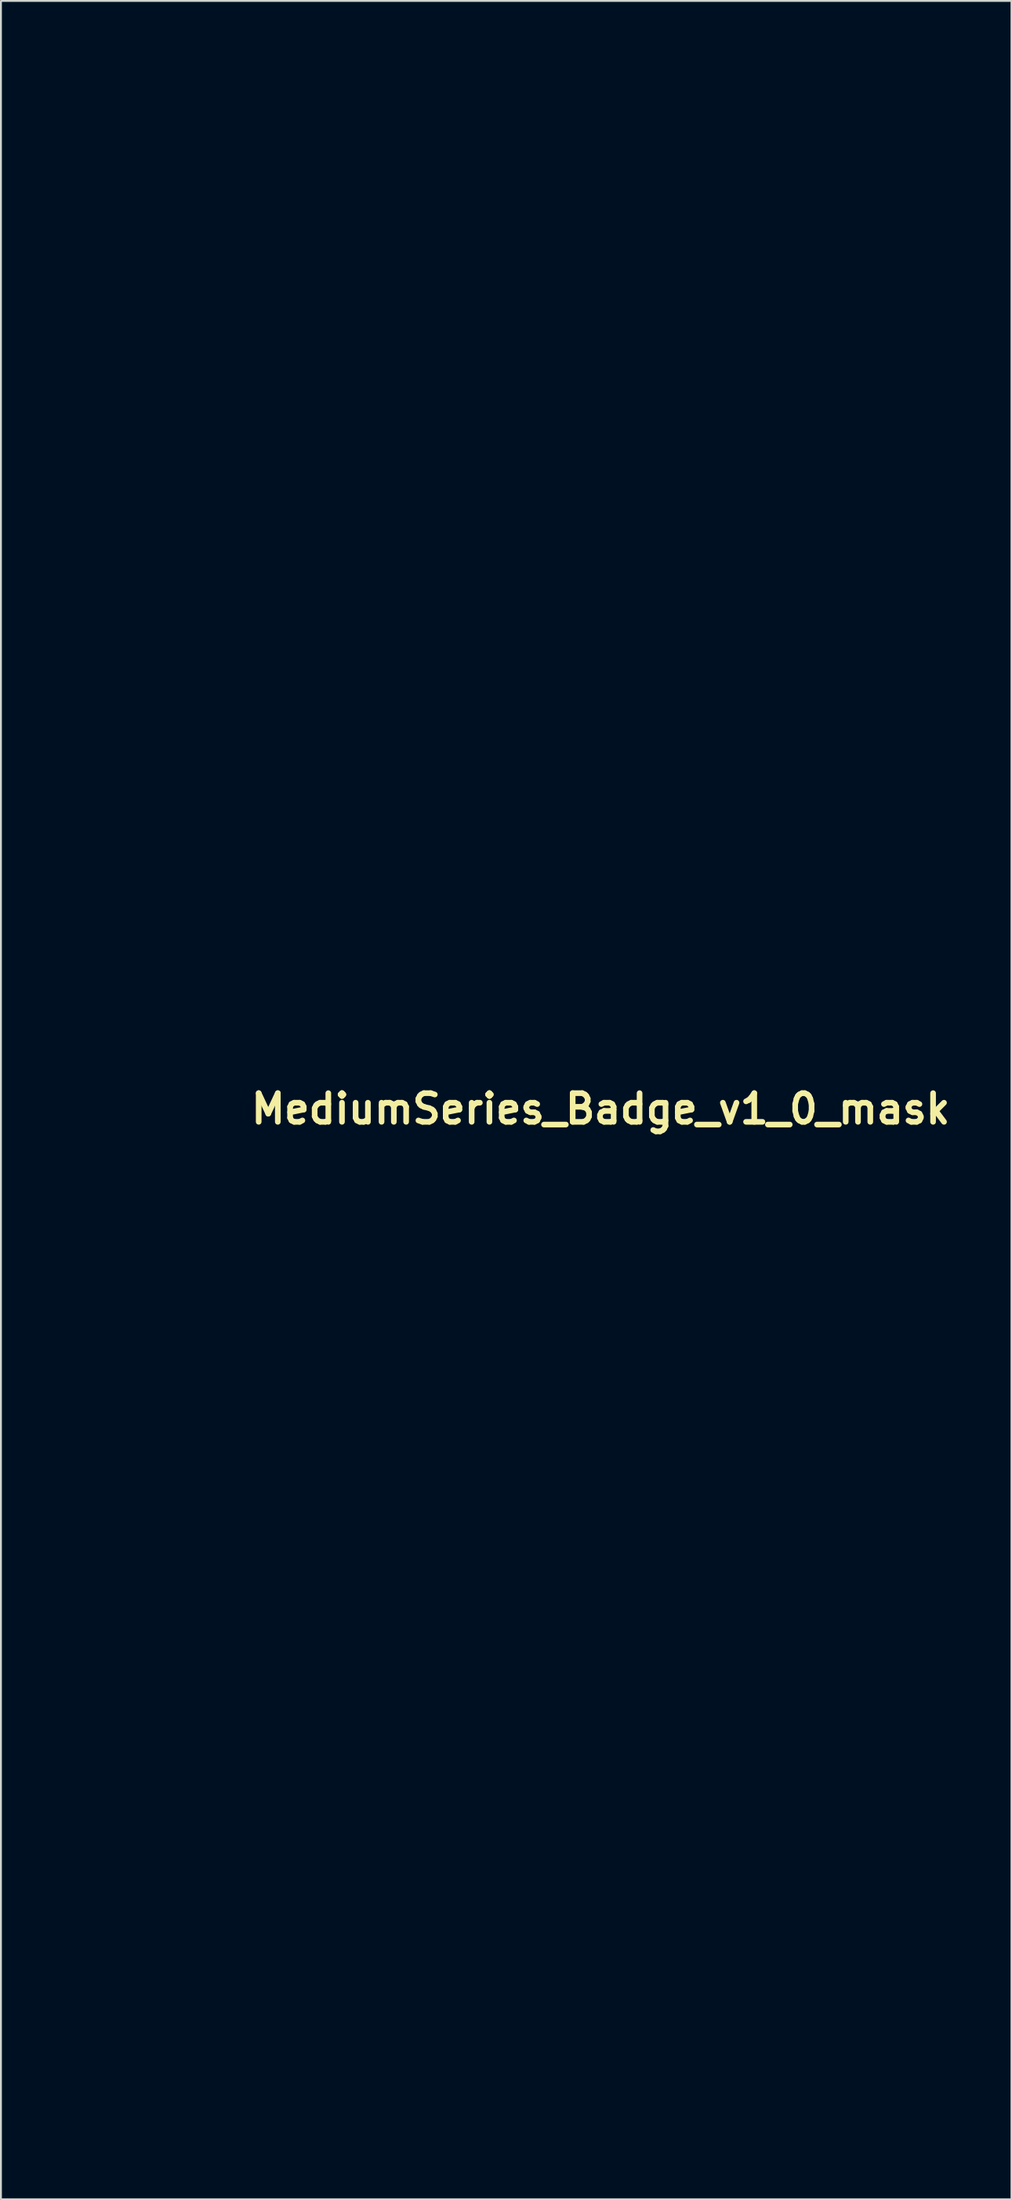
<source format=kicad_pcb>
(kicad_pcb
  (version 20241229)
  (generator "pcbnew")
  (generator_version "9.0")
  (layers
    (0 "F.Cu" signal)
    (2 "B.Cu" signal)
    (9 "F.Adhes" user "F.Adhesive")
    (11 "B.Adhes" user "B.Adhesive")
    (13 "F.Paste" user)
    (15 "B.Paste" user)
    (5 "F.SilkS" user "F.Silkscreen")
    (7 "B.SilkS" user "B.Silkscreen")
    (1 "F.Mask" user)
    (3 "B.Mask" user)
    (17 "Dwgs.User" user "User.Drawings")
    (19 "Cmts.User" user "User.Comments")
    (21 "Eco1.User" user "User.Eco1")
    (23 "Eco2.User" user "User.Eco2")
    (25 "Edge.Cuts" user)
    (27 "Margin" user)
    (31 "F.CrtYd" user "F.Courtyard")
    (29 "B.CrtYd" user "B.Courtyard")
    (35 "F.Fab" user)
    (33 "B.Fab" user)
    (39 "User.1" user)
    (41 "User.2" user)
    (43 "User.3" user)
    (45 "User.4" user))
  (footprint "MediumSeries_Badge_v1_0_mask"
    (layer "F.Cu")
    (at 28.881 55.885)
    (property "Reference" "MediumSeries_Badge_v1_0_mask" (at 0 0 0) (layer "F.SilkS") (effects (font (size 1.524 1.524) (thickness 0.3))))
    (attr through_hole)
    (fp_poly (pts (xy 3.879 -54.439) (xy 4.146 -54.429) (xy 4.303 -54.407) (xy 4.378 -54.367) (xy 4.402 -54.303) (xy 4.403 -54.271) (xy 4.392 -54.197) (xy 4.34 -54.149) (xy 4.218 -54.12) (xy 3.997 -54.106) (xy 3.647 -54.102) (xy 3.471 -54.102) (xy 3.064 -54.104) (xy 2.796 -54.113) (xy 2.639 -54.136) (xy 2.564 -54.176) (xy 2.541 -54.239) (xy 2.54 -54.271) (xy 2.551 -54.345) (xy 2.602 -54.394) (xy 2.724 -54.423) (xy 2.946 -54.436) (xy 3.296 -54.44) (xy 3.471 -54.441) (xy 3.879 -54.439)) (stroke (width 0.01) (type solid)) (fill yes) (layer "F.Mask"))
    (fp_poly (pts (xy -11.969 -55.877) (xy -11.755 -55.862) (xy -11.645 -55.828) (xy -11.604 -55.767) (xy -11.599 -55.711) (xy -11.639 -55.587) (xy -11.788 -55.543) (xy -11.853 -55.541) (xy -12.107 -55.541) (xy -12.107 -54.695) (xy -12.11 -54.309) (xy -12.121 -54.063) (xy -12.147 -53.924) (xy -12.194 -53.863) (xy -12.268 -53.848) (xy -12.277 -53.848) (xy -12.354 -53.86) (xy -12.403 -53.915) (xy -12.431 -54.045) (xy -12.443 -54.279) (xy -12.446 -54.649) (xy -12.446 -54.695) (xy -12.446 -55.541) (xy -12.742 -55.541) (xy -12.947 -55.56) (xy -13.029 -55.634) (xy -13.039 -55.711) (xy -13.025 -55.793) (xy -12.963 -55.843) (xy -12.819 -55.869) (xy -12.56 -55.879) (xy -12.319 -55.88) (xy -11.969 -55.877)) (stroke (width 0.01) (type solid)) (fill yes) (layer "F.Mask"))
    (fp_poly (pts (xy -27.701 4.928) (xy -27.686 4.928) (xy -26.882 4.953) (xy -26.855 5.415) (xy -26.869 5.832) (xy -26.973 6.123) (xy -27.175 6.311) (xy -27.234 6.341) (xy -27.519 6.412) (xy -27.878 6.426) (xy -28.227 6.385) (xy -28.46 6.306) (xy -28.68 6.095) (xy -28.822 5.757) (xy -28.87 5.334) (xy -28.448 5.334) (xy -28.448 5.583) (xy -28.373 5.84) (xy -28.167 6.018) (xy -27.86 6.095) (xy -27.813 6.096) (xy -27.558 6.052) (xy -27.366 5.964) (xy -27.206 5.755) (xy -27.178 5.583) (xy -27.178 5.334) (xy -28.448 5.334) (xy -28.87 5.334) (xy -28.871 5.323) (xy -28.86 5.152) (xy -28.81 5.035) (xy -28.695 4.963) (xy -28.489 4.926) (xy -28.167 4.918) (xy -27.701 4.928)) (stroke (width 0.01) (type solid)) (fill yes) (layer "F.Mask"))
    (fp_poly (pts (xy 0.229 -52.325) (xy 0.357 -52.095) (xy 0.503 -51.71) (xy 0.539 -51.602) (xy 0.781 -50.858) (xy 1.03 -51.633) (xy 1.155 -52.005) (xy 1.253 -52.24) (xy 1.338 -52.365) (xy 1.425 -52.408) (xy 1.443 -52.409) (xy 1.531 -52.4) (xy 1.581 -52.36) (xy 1.59 -52.262) (xy 1.555 -52.083) (xy 1.472 -51.799) (xy 1.339 -51.386) (xy 1.294 -51.248) (xy 1.156 -50.839) (xy 1.053 -50.565) (xy 0.97 -50.401) (xy 0.893 -50.319) (xy 0.809 -50.293) (xy 0.783 -50.292) (xy 0.607 -50.348) (xy 0.532 -50.437) (xy 0.409 -50.779) (xy 0.287 -51.157) (xy 0.174 -51.537) (xy 0.082 -51.882) (xy 0.02 -52.156) (xy -0.003 -52.324) (xy 0.003 -52.356) (xy 0.114 -52.409) (xy 0.229 -52.325)) (stroke (width 0.01) (type solid)) (fill yes) (layer "F.Mask"))
    (fp_poly (pts (xy 0.329 -55) (xy 0.578 -54.783) (xy 0.644 -54.678) (xy 0.716 -54.557) (xy 0.806 -54.486) (xy 0.956 -54.452) (xy 1.21 -54.441) (xy 1.399 -54.441) (xy 1.723 -54.437) (xy 1.913 -54.418) (xy 2.004 -54.376) (xy 2.031 -54.301) (xy 2.032 -54.271) (xy 2.017 -54.185) (xy 1.949 -54.134) (xy 1.792 -54.11) (xy 1.512 -54.102) (xy 1.395 -54.102) (xy 1.068 -54.098) (xy 0.869 -54.078) (xy 0.756 -54.03) (xy 0.687 -53.942) (xy 0.659 -53.884) (xy 0.457 -53.628) (xy 0.162 -53.476) (xy -0.175 -53.444) (xy -0.499 -53.543) (xy -0.766 -53.778) (xy -0.902 -54.093) (xy -0.896 -54.448) (xy -0.811 -54.682) (xy -0.594 -54.94) (xy -0.302 -55.079) (xy 0.021 -55.099) (xy 0.329 -55)) (stroke (width 0.01) (type solid)) (fill yes) (layer "F.Mask"))
    (fp_poly (pts (xy -26.89 3.598) (xy -26.85 3.745) (xy -26.839 4.022) (xy -26.851 4.302) (xy -26.891 4.447) (xy -26.966 4.487) (xy -27.079 4.42) (xy -27.093 4.36) (xy -27.124 4.297) (xy -27.236 4.258) (xy -27.458 4.239) (xy -27.813 4.233) (xy -28.173 4.239) (xy -28.393 4.258) (xy -28.503 4.298) (xy -28.533 4.36) (xy -28.603 4.464) (xy -28.702 4.487) (xy -28.8 4.467) (xy -28.851 4.38) (xy -28.87 4.185) (xy -28.871 4.022) (xy -28.864 3.753) (xy -28.832 3.612) (xy -28.761 3.561) (xy -28.702 3.556) (xy -28.564 3.609) (xy -28.533 3.683) (xy -28.502 3.746) (xy -28.39 3.785) (xy -28.168 3.805) (xy -27.813 3.81) (xy -27.453 3.805) (xy -27.233 3.785) (xy -27.123 3.746) (xy -27.093 3.683) (xy -27.026 3.571) (xy -26.966 3.556) (xy -26.89 3.598)) (stroke (width 0.01) (type solid)) (fill yes) (layer "F.Mask"))
    (fp_poly (pts (xy -26.89 6.73) (xy -26.85 6.877) (xy -26.839 7.154) (xy -26.851 7.435) (xy -26.891 7.58) (xy -26.966 7.62) (xy -27.079 7.552) (xy -27.093 7.493) (xy -27.124 7.43) (xy -27.236 7.391) (xy -27.458 7.371) (xy -27.813 7.366) (xy -28.173 7.371) (xy -28.393 7.391) (xy -28.503 7.43) (xy -28.533 7.493) (xy -28.603 7.596) (xy -28.702 7.62) (xy -28.8 7.6) (xy -28.851 7.512) (xy -28.87 7.318) (xy -28.871 7.154) (xy -28.864 6.885) (xy -28.832 6.745) (xy -28.761 6.694) (xy -28.702 6.689) (xy -28.564 6.742) (xy -28.533 6.816) (xy -28.502 6.879) (xy -28.39 6.918) (xy -28.168 6.937) (xy -27.813 6.943) (xy -27.453 6.937) (xy -27.233 6.918) (xy -27.123 6.878) (xy -27.093 6.816) (xy -27.026 6.703) (xy -26.966 6.689) (xy -26.89 6.73)) (stroke (width 0.01) (type solid)) (fill yes) (layer "F.Mask"))
    (fp_poly (pts (xy -26.89 8.678) (xy -26.85 8.825) (xy -26.839 9.102) (xy -26.851 9.382) (xy -26.891 9.527) (xy -26.966 9.567) (xy -27.079 9.5) (xy -27.093 9.44) (xy -27.124 9.377) (xy -27.236 9.338) (xy -27.458 9.319) (xy -27.813 9.313) (xy -28.173 9.319) (xy -28.393 9.338) (xy -28.503 9.378) (xy -28.533 9.44) (xy -28.603 9.544) (xy -28.702 9.567) (xy -28.8 9.547) (xy -28.851 9.46) (xy -28.87 9.265) (xy -28.871 9.102) (xy -28.864 8.833) (xy -28.832 8.692) (xy -28.761 8.641) (xy -28.702 8.636) (xy -28.564 8.689) (xy -28.533 8.763) (xy -28.502 8.826) (xy -28.39 8.865) (xy -28.168 8.885) (xy -27.813 8.89) (xy -27.453 8.885) (xy -27.233 8.865) (xy -27.123 8.826) (xy -27.093 8.763) (xy -27.026 8.651) (xy -26.966 8.636) (xy -26.89 8.678)) (stroke (width 0.01) (type solid)) (fill yes) (layer "F.Mask"))
    (fp_poly (pts (xy -26.857 -10.148) (xy -26.85 -9.865) (xy -26.881 -9.692) (xy -26.968 -9.569) (xy -27.058 -9.492) (xy -27.358 -9.337) (xy -27.644 -9.35) (xy -27.902 -9.521) (xy -28.07 -9.782) (xy -28.109 -9.982) (xy -28.114 -10.037) (xy -27.771 -10.037) (xy -27.716 -9.845) (xy -27.625 -9.748) (xy -27.423 -9.713) (xy -27.256 -9.813) (xy -27.179 -10.011) (xy -27.178 -10.036) (xy -27.201 -10.177) (xy -27.302 -10.235) (xy -27.474 -10.245) (xy -27.675 -10.229) (xy -27.757 -10.157) (xy -27.771 -10.037) (xy -28.114 -10.037) (xy -28.123 -10.142) (xy -28.196 -10.22) (xy -28.376 -10.254) (xy -28.469 -10.261) (xy -28.701 -10.292) (xy -28.807 -10.357) (xy -28.829 -10.456) (xy -28.819 -10.529) (xy -28.769 -10.577) (xy -28.65 -10.606) (xy -28.435 -10.62) (xy -28.093 -10.625) (xy -27.855 -10.626) (xy -26.882 -10.626) (xy -26.857 -10.148)) (stroke (width 0.01) (type solid)) (fill yes) (layer "F.Mask"))
    (fp_poly (pts (xy -4.05 -55.258) (xy -3.993 -55.144) (xy -3.964 -54.904) (xy -3.963 -54.885) (xy -3.937 -54.483) (xy -3.577 -54.457) (xy -3.344 -54.425) (xy -3.238 -54.359) (xy -3.217 -54.266) (xy -3.244 -54.163) (xy -3.352 -54.115) (xy -3.584 -54.102) (xy -3.598 -54.102) (xy -3.979 -54.102) (xy -3.979 -53.721) (xy -3.99 -53.483) (xy -4.036 -53.37) (xy -4.137 -53.34) (xy -4.149 -53.34) (xy -4.254 -53.365) (xy -4.305 -53.468) (xy -4.318 -53.694) (xy -4.318 -53.721) (xy -4.318 -54.102) (xy -4.699 -54.102) (xy -4.937 -54.113) (xy -5.05 -54.159) (xy -5.08 -54.259) (xy -5.08 -54.271) (xy -5.055 -54.377) (xy -4.952 -54.427) (xy -4.726 -54.441) (xy -4.699 -54.441) (xy -4.318 -54.441) (xy -4.318 -54.864) (xy -4.309 -55.119) (xy -4.27 -55.245) (xy -4.187 -55.286) (xy -4.153 -55.287) (xy -4.05 -55.258)) (stroke (width 0.01) (type solid)) (fill yes) (layer "F.Mask"))
    (fp_poly (pts (xy 13.858 -55.873) (xy 13.998 -55.841) (xy 14.05 -55.77) (xy 14.055 -55.711) (xy 14.002 -55.573) (xy 13.928 -55.541) (xy 13.863 -55.509) (xy 13.823 -55.394) (xy 13.805 -55.164) (xy 13.801 -54.864) (xy 13.807 -54.516) (xy 13.828 -54.308) (xy 13.871 -54.208) (xy 13.928 -54.187) (xy 14.031 -54.116) (xy 14.055 -54.017) (xy 14.034 -53.919) (xy 13.947 -53.868) (xy 13.752 -53.85) (xy 13.589 -53.848) (xy 13.32 -53.855) (xy 13.18 -53.887) (xy 13.128 -53.958) (xy 13.123 -54.017) (xy 13.176 -54.155) (xy 13.25 -54.187) (xy 13.315 -54.219) (xy 13.355 -54.334) (xy 13.373 -54.564) (xy 13.377 -54.864) (xy 13.371 -55.212) (xy 13.35 -55.42) (xy 13.307 -55.52) (xy 13.25 -55.541) (xy 13.147 -55.612) (xy 13.123 -55.711) (xy 13.144 -55.809) (xy 13.231 -55.86) (xy 13.426 -55.878) (xy 13.589 -55.88) (xy 13.858 -55.873)) (stroke (width 0.01) (type solid)) (fill yes) (layer "F.Mask"))
    (fp_poly (pts (xy -26.84 10.136) (xy -26.859 10.261) (xy -26.933 10.375) (xy -27.091 10.503) (xy -27.36 10.672) (xy -27.496 10.753) (xy -28.152 11.134) (xy -27.495 11.158) (xy -27.163 11.175) (xy -26.966 11.201) (xy -26.87 11.247) (xy -26.84 11.321) (xy -26.839 11.349) (xy -26.851 11.421) (xy -26.903 11.468) (xy -27.027 11.496) (xy -27.249 11.51) (xy -27.6 11.514) (xy -27.799 11.515) (xy -28.186 11.51) (xy -28.509 11.497) (xy -28.731 11.478) (xy -28.815 11.458) (xy -28.876 11.327) (xy -28.805 11.173) (xy -28.594 10.985) (xy -28.233 10.751) (xy -28.231 10.75) (xy -27.591 10.372) (xy -28.21 10.329) (xy -28.531 10.302) (xy -28.718 10.268) (xy -28.805 10.215) (xy -28.829 10.13) (xy -28.829 10.118) (xy -28.818 10.045) (xy -28.766 9.996) (xy -28.645 9.964) (xy -28.426 9.944) (xy -28.082 9.931) (xy -27.834 9.924) (xy -26.839 9.901) (xy -26.84 10.136)) (stroke (width 0.01) (type solid)) (fill yes) (layer "F.Mask"))
    (fp_poly (pts (xy 15.906 -55.869) (xy 15.953 -55.818) (xy 15.982 -55.7) (xy 15.996 -55.485) (xy 16.001 -55.145) (xy 16.002 -54.864) (xy 16.002 -53.848) (xy 15.793 -53.848) (xy 15.675 -53.874) (xy 15.555 -53.97) (xy 15.411 -54.162) (xy 15.218 -54.477) (xy 15.202 -54.504) (xy 14.82 -55.16) (xy 14.818 -54.504) (xy 14.814 -54.173) (xy 14.796 -53.977) (xy 14.756 -53.881) (xy 14.685 -53.85) (xy 14.645 -53.848) (xy 14.485 -53.896) (xy 14.43 -53.96) (xy 14.414 -54.087) (xy 14.406 -54.342) (xy 14.406 -54.685) (xy 14.411 -54.954) (xy 14.424 -55.35) (xy 14.442 -55.607) (xy 14.472 -55.757) (xy 14.52 -55.831) (xy 14.595 -55.86) (xy 14.619 -55.864) (xy 14.723 -55.85) (xy 14.836 -55.762) (xy 14.979 -55.576) (xy 15.174 -55.267) (xy 15.211 -55.205) (xy 15.621 -54.521) (xy 15.646 -55.2) (xy 15.662 -55.539) (xy 15.687 -55.743) (xy 15.73 -55.845) (xy 15.8 -55.878) (xy 15.836 -55.88) (xy 15.906 -55.869)) (stroke (width 0.01) (type solid)) (fill yes) (layer "F.Mask"))
    (fp_poly (pts (xy -15.675 -55.816) (xy -15.431 -55.634) (xy -15.288 -55.324) (xy -15.24 -54.877) (xy -15.24 -54.865) (xy -15.293 -54.404) (xy -15.452 -54.073) (xy -15.715 -53.874) (xy -15.758 -53.857) (xy -15.942 -53.795) (xy -16.034 -53.767) (xy -16.036 -53.767) (xy -16.11 -53.799) (xy -16.282 -53.873) (xy -16.313 -53.887) (xy -16.533 -54.017) (xy -16.671 -54.199) (xy -16.742 -54.47) (xy -16.764 -54.864) (xy -16.425 -54.864) (xy -16.391 -54.506) (xy -16.283 -54.288) (xy -16.089 -54.193) (xy -15.997 -54.187) (xy -15.788 -54.228) (xy -15.671 -54.378) (xy -15.661 -54.404) (xy -15.583 -54.75) (xy -15.603 -55.073) (xy -15.708 -55.337) (xy -15.884 -55.503) (xy -16.046 -55.541) (xy -16.255 -55.47) (xy -16.38 -55.253) (xy -16.425 -54.889) (xy -16.425 -54.864) (xy -16.764 -54.864) (xy -16.764 -54.868) (xy -16.764 -54.905) (xy -16.755 -55.226) (xy -16.718 -55.433) (xy -16.638 -55.581) (xy -16.556 -55.672) (xy -16.308 -55.837) (xy -16.027 -55.877) (xy -15.675 -55.816)) (stroke (width 0.01) (type solid)) (fill yes) (layer "F.Mask"))
    (fp_poly (pts (xy -13.469 -55.868) (xy -13.42 -55.812) (xy -13.392 -55.681) (xy -13.38 -55.444) (xy -13.377 -55.07) (xy -13.377 -55.048) (xy -13.381 -54.658) (xy -13.396 -54.399) (xy -13.431 -54.233) (xy -13.492 -54.119) (xy -13.568 -54.038) (xy -13.855 -53.857) (xy -14.163 -53.801) (xy -14.351 -53.842) (xy -14.576 -53.967) (xy -14.726 -54.141) (xy -14.813 -54.395) (xy -14.852 -54.764) (xy -14.858 -55.062) (xy -14.856 -55.428) (xy -14.844 -55.658) (xy -14.814 -55.785) (xy -14.758 -55.843) (xy -14.668 -55.865) (xy -14.578 -55.87) (xy -14.522 -55.832) (xy -14.492 -55.72) (xy -14.48 -55.503) (xy -14.478 -55.148) (xy -14.478 -55.141) (xy -14.467 -54.719) (xy -14.429 -54.439) (xy -14.352 -54.275) (xy -14.226 -54.2) (xy -14.097 -54.187) (xy -13.928 -54.213) (xy -13.816 -54.311) (xy -13.751 -54.505) (xy -13.721 -54.823) (xy -13.716 -55.135) (xy -13.713 -55.492) (xy -13.699 -55.713) (xy -13.667 -55.829) (xy -13.61 -55.874) (xy -13.547 -55.88) (xy -13.469 -55.868)) (stroke (width 0.01) (type solid)) (fill yes) (layer "F.Mask"))
    (fp_poly (pts (xy -0.678 -52.252) (xy -0.624 -52.209) (xy -0.49 -52.072) (xy -0.422 -51.922) (xy -0.403 -51.697) (xy -0.405 -51.533) (xy -0.436 -51.214) (xy -0.501 -50.924) (xy -0.549 -50.803) (xy -0.704 -50.596) (xy -0.912 -50.434) (xy -1.136 -50.328) (xy -1.337 -50.293) (xy -1.479 -50.341) (xy -1.524 -50.461) (xy -1.464 -50.603) (xy -1.359 -50.631) (xy -1.188 -50.684) (xy -0.985 -50.815) (xy -0.957 -50.838) (xy -0.72 -51.046) (xy -1.016 -51) (xy -1.351 -51.019) (xy -1.605 -51.176) (xy -1.752 -51.448) (xy -1.775 -51.63) (xy -1.429 -51.63) (xy -1.348 -51.457) (xy -1.304 -51.419) (xy -1.087 -51.316) (xy -0.912 -51.369) (xy -0.851 -51.43) (xy -0.776 -51.637) (xy -0.82 -51.864) (xy -0.953 -52.019) (xy -1.137 -52.06) (xy -1.297 -51.978) (xy -1.403 -51.82) (xy -1.429 -51.63) (xy -1.775 -51.63) (xy -1.778 -51.657) (xy -1.71 -51.998) (xy -1.531 -52.245) (xy -1.276 -52.381) (xy -0.98 -52.389) (xy -0.678 -52.252)) (stroke (width 0.01) (type solid)) (fill yes) (layer "F.Mask"))
    (fp_poly (pts (xy -27.944 -14.045) (xy -27.686 -14.037) (xy -26.882 -14.012) (xy -26.857 -13.441) (xy -26.848 -13.137) (xy -26.86 -12.966) (xy -26.904 -12.889) (xy -26.989 -12.87) (xy -27.005 -12.869) (xy -27.113 -12.893) (xy -27.164 -12.993) (xy -27.178 -13.214) (xy -27.178 -13.25) (xy -27.187 -13.485) (xy -27.23 -13.597) (xy -27.333 -13.63) (xy -27.39 -13.631) (xy -27.533 -13.609) (xy -27.591 -13.51) (xy -27.601 -13.335) (xy -27.62 -13.131) (xy -27.694 -13.048) (xy -27.771 -13.039) (xy -27.887 -13.072) (xy -27.934 -13.201) (xy -27.94 -13.335) (xy -27.954 -13.534) (xy -28.026 -13.616) (xy -28.194 -13.631) (xy -28.35 -13.62) (xy -28.424 -13.557) (xy -28.447 -13.394) (xy -28.448 -13.25) (xy -28.457 -13.015) (xy -28.5 -12.904) (xy -28.603 -12.871) (xy -28.66 -12.869) (xy -28.774 -12.879) (xy -28.837 -12.934) (xy -28.865 -13.071) (xy -28.871 -13.331) (xy -28.871 -13.418) (xy -28.867 -13.677) (xy -28.838 -13.856) (xy -28.757 -13.969) (xy -28.599 -14.029) (xy -28.336 -14.049) (xy -27.944 -14.045)) (stroke (width 0.01) (type solid)) (fill yes) (layer "F.Mask"))
    (fp_poly (pts (xy -26.839 -12.407) (xy -26.903 -12.207) (xy -27.109 -12.019) (xy -27.135 -12.002) (xy -27.318 -11.873) (xy -27.422 -11.778) (xy -27.431 -11.761) (xy -27.364 -11.693) (xy -27.198 -11.586) (xy -27.136 -11.551) (xy -26.911 -11.384) (xy -26.839 -11.2) (xy -26.839 -11.199) (xy -26.852 -11.066) (xy -26.911 -11.022) (xy -27.043 -11.07) (xy -27.276 -11.214) (xy -27.347 -11.261) (xy -27.576 -11.403) (xy -27.754 -11.495) (xy -27.818 -11.514) (xy -27.934 -11.472) (xy -28.139 -11.363) (xy -28.307 -11.261) (xy -28.59 -11.092) (xy -28.761 -11.021) (xy -28.847 -11.044) (xy -28.871 -11.157) (xy -28.871 -11.165) (xy -28.802 -11.309) (xy -28.62 -11.483) (xy -28.522 -11.554) (xy -28.173 -11.785) (xy -28.522 -11.993) (xy -28.761 -12.172) (xy -28.868 -12.337) (xy -28.871 -12.366) (xy -28.837 -12.494) (xy -28.724 -12.514) (xy -28.516 -12.424) (xy -28.279 -12.277) (xy -28.055 -12.135) (xy -27.89 -12.043) (xy -27.836 -12.023) (xy -27.738 -12.065) (xy -27.542 -12.176) (xy -27.307 -12.322) (xy -26.839 -12.621) (xy -26.839 -12.407)) (stroke (width 0.01) (type solid)) (fill yes) (layer "F.Mask"))
    (fp_poly (pts (xy -28.491 1.032) (xy -28.163 1.066) (xy -27.848 1.104) (xy -27.399 1.162) (xy -27.092 1.208) (xy -26.901 1.251) (xy -26.801 1.301) (xy -26.766 1.365) (xy -26.769 1.452) (xy -26.77 1.463) (xy -26.812 1.565) (xy -26.926 1.659) (xy -27.14 1.761) (xy -27.486 1.889) (xy -27.536 1.907) (xy -28.275 2.162) (xy -27.536 2.415) (xy -27.174 2.545) (xy -26.946 2.648) (xy -26.822 2.741) (xy -26.773 2.841) (xy -26.77 2.855) (xy -26.765 2.945) (xy -26.795 3.011) (xy -26.887 3.062) (xy -27.066 3.106) (xy -27.359 3.151) (xy -27.792 3.207) (xy -27.848 3.214) (xy -28.277 3.265) (xy -28.566 3.292) (xy -28.742 3.291) (xy -28.833 3.263) (xy -28.867 3.203) (xy -28.871 3.142) (xy -28.805 2.981) (xy -28.6 2.896) (xy -28.367 2.879) (xy -28.108 2.861) (xy -27.851 2.823) (xy -27.721 2.792) (xy -27.683 2.76) (xy -27.758 2.711) (xy -27.961 2.632) (xy -28.2 2.548) (xy -28.533 2.422) (xy -28.732 2.319) (xy -28.831 2.218) (xy -28.856 2.14) (xy -28.852 2.04) (xy -28.787 1.962) (xy -28.628 1.886) (xy -28.346 1.794) (xy -28.243 1.763) (xy -27.912 1.652) (xy -27.739 1.559) (xy -27.726 1.491) (xy -27.875 1.45) (xy -28.078 1.441) (xy -28.484 1.412) (xy -28.751 1.334) (xy -28.867 1.209) (xy -28.871 1.175) (xy -28.861 1.093) (xy -28.813 1.043) (xy -28.699 1.024) (xy -28.491 1.032)) (stroke (width 0.01) (type solid)) (fill yes) (layer "F.Mask"))
    (fp_poly (pts (xy 0.288 -55.702) (xy 0.643 -55.665) (xy 0.893 -55.602) (xy 0.919 -55.59) (xy 1.103 -55.452) (xy 1.245 -55.269) (xy 1.328 -55.083) (xy 1.334 -54.934) (xy 1.247 -54.865) (xy 1.228 -54.864) (xy 1.115 -54.912) (xy 1.101 -54.953) (xy 1.046 -55.067) (xy 0.911 -55.23) (xy 0.893 -55.249) (xy 0.779 -55.348) (xy 0.652 -55.41) (xy 0.469 -55.443) (xy 0.189 -55.455) (xy -0.085 -55.457) (xy -0.457 -55.453) (xy -0.703 -55.435) (xy -0.864 -55.395) (xy -0.983 -55.322) (xy -1.062 -55.249) (xy -1.162 -55.135) (xy -1.223 -55.008) (xy -1.256 -54.825) (xy -1.268 -54.545) (xy -1.27 -54.271) (xy -1.266 -53.899) (xy -1.248 -53.653) (xy -1.208 -53.492) (xy -1.136 -53.373) (xy -1.062 -53.294) (xy -0.948 -53.194) (xy -0.821 -53.133) (xy -0.639 -53.1) (xy -0.358 -53.088) (xy -0.085 -53.086) (xy 0.288 -53.09) (xy 0.534 -53.108) (xy 0.695 -53.148) (xy 0.813 -53.22) (xy 0.893 -53.294) (xy 1.035 -53.471) (xy 1.1 -53.623) (xy 1.101 -53.632) (xy 1.167 -53.747) (xy 1.228 -53.763) (xy 1.333 -53.705) (xy 1.345 -53.559) (xy 1.282 -53.364) (xy 1.16 -53.163) (xy 0.996 -52.996) (xy 0.891 -52.933) (xy 0.678 -52.88) (xy 0.353 -52.847) (xy -0.03 -52.836) (xy -0.422 -52.845) (xy -0.77 -52.874) (xy -1.023 -52.923) (xy -1.091 -52.95) (xy -1.352 -53.187) (xy -1.495 -53.535) (xy -1.521 -53.785) (xy -1.524 -54.102) (xy -2.117 -54.102) (xy -2.428 -54.107) (xy -2.607 -54.127) (xy -2.688 -54.174) (xy -2.709 -54.258) (xy -2.709 -54.271) (xy -2.693 -54.36) (xy -2.621 -54.411) (xy -2.457 -54.435) (xy -2.164 -54.441) (xy -2.117 -54.441) (xy -1.524 -54.441) (xy -1.524 -54.733) (xy -1.461 -55.138) (xy -1.28 -55.446) (xy -1.088 -55.59) (xy -0.859 -55.657) (xy -0.517 -55.698) (xy -0.117 -55.713) (xy 0.288 -55.702)) (stroke (width 0.01) (type solid)) (fill yes) (layer "F.Mask"))
    (fp_poly (pts (xy -0.28 39.257) (xy 0.467 39.443) (xy 1.169 39.762) (xy 1.807 40.202) (xy 2.361 40.751) (xy 2.809 41.398) (xy 3.133 42.129) (xy 3.17 42.249) (xy 3.287 42.849) (xy 3.312 43.504) (xy 3.25 44.161) (xy 3.106 44.763) (xy 2.94 45.156) (xy 2.862 45.324) (xy 2.805 45.511) (xy 2.765 45.752) (xy 2.737 46.081) (xy 2.715 46.535) (xy 2.709 46.694) (xy 2.667 47.879) (xy 2.117 47.932) (xy 2.117 46.398) (xy 1.714 46.707) (xy 1.061 47.122) (xy 0.361 47.413) (xy 0.021 47.502) (xy -0.423 47.595) (xy -0.423 49.361) (xy 1.185 49.361) (xy 1.185 48.175) (xy 1.672 48.178) (xy 2.228 48.215) (xy 2.846 48.31) (xy 3.446 48.447) (xy 3.895 48.591) (xy 4.566 48.933) (xy 5.118 49.39) (xy 5.543 49.95) (xy 5.833 50.601) (xy 5.982 51.333) (xy 5.993 51.983) (xy 5.89 52.666) (xy 5.662 53.248) (xy 5.3 53.751) (xy 5.236 53.819) (xy 4.786 54.176) (xy 4.205 54.479) (xy 3.526 54.715) (xy 2.782 54.874) (xy 2.005 54.946) (xy 1.816 54.949) (xy 1.191 54.949) (xy 1.175 54.356) (xy 1.736 54.356) (xy 2.117 54.355) (xy 2.405 54.335) (xy 2.771 54.286) (xy 3.076 54.23) (xy 3.822 54.018) (xy 4.42 53.728) (xy 4.874 53.354) (xy 5.187 52.892) (xy 5.363 52.338) (xy 5.405 51.689) (xy 5.4 51.573) (xy 5.294 50.873) (xy 5.062 50.284) (xy 4.7 49.799) (xy 4.202 49.408) (xy 3.849 49.221) (xy 3.491 49.083) (xy 3.056 48.954) (xy 2.608 48.849) (xy 2.211 48.783) (xy 2.013 48.769) (xy 1.782 48.768) (xy 1.759 51.562) (xy 1.736 54.356) (xy 1.175 54.356) (xy 1.167 54.038) (xy 1.143 53.128) (xy -1.63 53.106) (xy -4.403 53.084) (xy -4.403 52.493) (xy -3.852 52.493) (xy -1.333 52.493) (xy 1.185 52.493) (xy 1.185 49.953) (xy -1.016 49.953) (xy -1.016 47.62) (xy -1.587 47.53) (xy -2.309 47.34) (xy -3.014 47.014) (xy -3.482 46.705) (xy -3.852 46.422) (xy -3.852 52.493) (xy -4.403 52.493) (xy -4.403 45.736) (xy -4.617 45.322) (xy -4.919 44.561) (xy -5.063 43.762) (xy -5.06 43.568) (xy -4.755 43.568) (xy -4.737 43.973) (xy -4.687 44.315) (xy -4.66 44.419) (xy -4.587 44.655) (xy -4.534 44.828) (xy -4.526 44.852) (xy -4.485 44.947) (xy -4.453 44.929) (xy -4.43 44.788) (xy -4.415 44.512) (xy -4.406 44.09) (xy -4.403 43.511) (xy -4.403 43.429) (xy -4.407 42.915) (xy -4.418 42.489) (xy -4.435 42.172) (xy -4.458 41.987) (xy -4.479 41.947) (xy -4.574 42.088) (xy -4.652 42.36) (xy -4.71 42.722) (xy -4.745 43.138) (xy -4.755 43.568) (xy -5.06 43.568) (xy -5.05 42.947) (xy -4.878 42.139) (xy -4.603 41.465) (xy -4.426 41.189) (xy -4.023 41.189) (xy -3.956 41.243) (xy -3.911 41.279) (xy -3.877 41.344) (xy -3.851 41.456) (xy -3.832 41.635) (xy -3.821 41.9) (xy -3.814 42.269) (xy -3.812 42.763) (xy -3.813 43.4) (xy -3.814 43.672) (xy -3.822 46.016) (xy -3.456 46.337) (xy -2.918 46.719) (xy -2.28 47.029) (xy -1.603 47.241) (xy -1.122 47.319) (xy -1.059 47.263) (xy -1.025 47.07) (xy -1.016 46.778) (xy -1.016 46.228) (xy -2.794 46.228) (xy -2.794 45.635) (xy -1.947 45.635) (xy -1.592 45.63) (xy -1.31 45.617) (xy -1.137 45.598) (xy -1.101 45.583) (xy -1.144 45.501) (xy -1.266 45.293) (xy -1.456 44.979) (xy -1.703 44.577) (xy -1.995 44.105) (xy -2.321 43.581) (xy -2.413 43.434) (xy -2.747 42.899) (xy -3.049 42.411) (xy -3.309 41.988) (xy -3.515 41.649) (xy -3.657 41.411) (xy -3.722 41.294) (xy -3.725 41.285) (xy -3.646 41.267) (xy -3.426 41.251) (xy -3.095 41.24) (xy -2.683 41.234) (xy -2.455 41.233) (xy -1.185 41.233) (xy -1.185 39.963) (xy -0.593 39.963) (xy -0.593 41.233) (xy 0.677 41.233) (xy 1.119 41.237) (xy 1.493 41.248) (xy 1.771 41.264) (xy 1.924 41.285) (xy 1.944 41.296) (xy 1.903 41.384) (xy 1.791 41.6) (xy 1.617 41.926) (xy 1.391 42.342) (xy 1.125 42.829) (xy 0.829 43.367) (xy 0.768 43.476) (xy -0.404 45.593) (xy 0.523 45.617) (xy 1.45 45.641) (xy 1.423 45.913) (xy 1.397 46.186) (xy -0.423 46.234) (xy -0.423 47.266) (xy -0.064 47.209) (xy 0.388 47.087) (xy 0.886 46.868) (xy 1.367 46.584) (xy 1.714 46.317) (xy 2.117 45.96) (xy 2.117 43.596) (xy 2.117 43.43) (xy 2.667 43.43) (xy 2.67 43.911) (xy 2.679 44.323) (xy 2.692 44.64) (xy 2.708 44.837) (xy 2.726 44.89) (xy 2.777 44.782) (xy 2.851 44.561) (xy 2.917 44.326) (xy 2.99 43.98) (xy 3.038 43.634) (xy 3.048 43.454) (xy 3.032 43.213) (xy 2.99 42.908) (xy 2.93 42.583) (xy 2.863 42.282) (xy 2.796 42.046) (xy 2.74 41.92) (xy 2.724 41.91) (xy 2.706 41.99) (xy 2.69 42.213) (xy 2.677 42.552) (xy 2.67 42.979) (xy 2.667 43.43) (xy 2.117 43.43) (xy 2.118 42.897) (xy 2.121 42.349) (xy 2.127 41.934) (xy 2.139 41.635) (xy 2.155 41.433) (xy 2.178 41.311) (xy 2.209 41.25) (xy 2.248 41.233) (xy 2.251 41.233) (xy 2.302 41.184) (xy 2.243 41.055) (xy 2.095 40.869) (xy 1.881 40.652) (xy 1.622 40.428) (xy 1.343 40.222) (xy 0.619 39.834) (xy -0.138 39.605) (xy -0.908 39.533) (xy -1.671 39.616) (xy -2.41 39.853) (xy -3.104 40.24) (xy -3.725 40.768) (xy -3.927 40.982) (xy -4.021 41.111) (xy -4.023 41.189) (xy -4.426 41.189) (xy -4.359 41.084) (xy -4.012 40.671) (xy -3.607 40.272) (xy -3.19 39.93) (xy -2.807 39.69) (xy -2.794 39.684) (xy -2.43 39.53) (xy -2.023 39.388) (xy -1.824 39.33) (xy -1.05 39.215) (xy -0.28 39.257)) (stroke (width 0.01) (type solid)) (fill yes) (layer "F.Mask")))
  (gr_rect
    (start -3 -3)
    (end 50.72 113.839)
    (stroke (width 0.1) (type default))
    (fill no)
    (layer "Edge.Cuts")))
</source>
